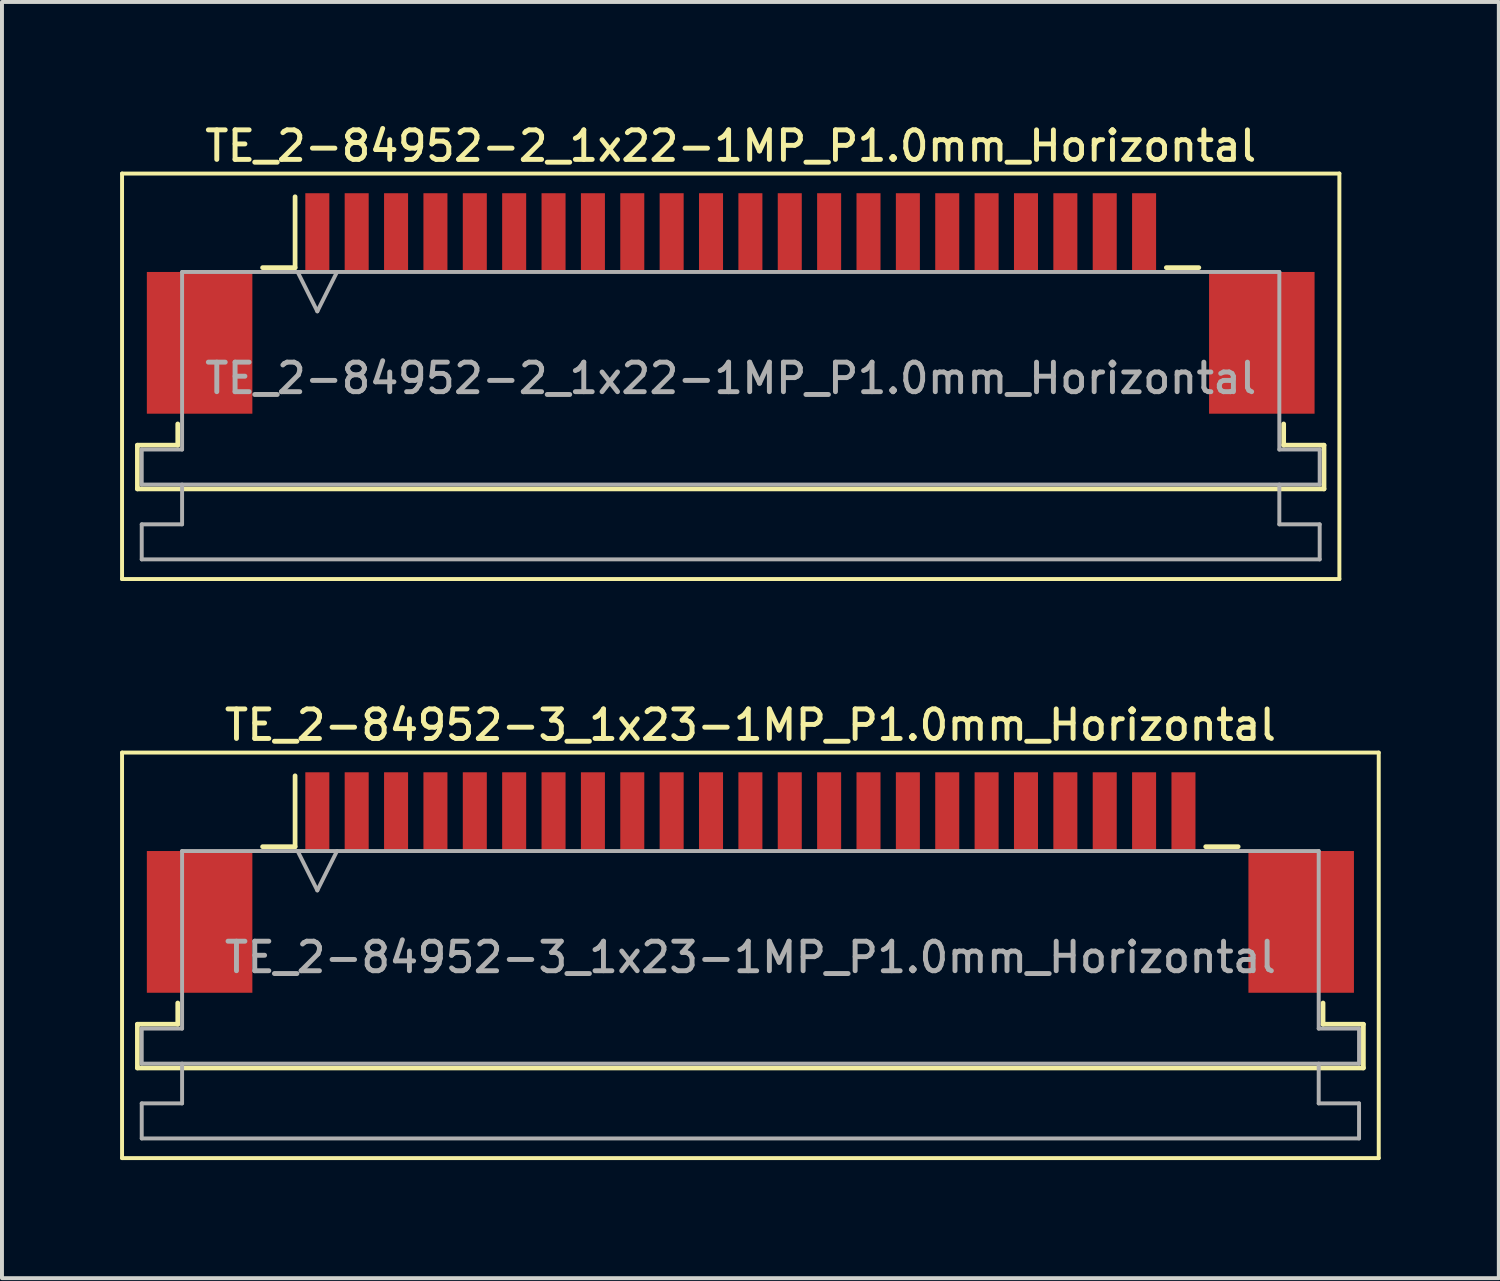
<source format=kicad_pcb>
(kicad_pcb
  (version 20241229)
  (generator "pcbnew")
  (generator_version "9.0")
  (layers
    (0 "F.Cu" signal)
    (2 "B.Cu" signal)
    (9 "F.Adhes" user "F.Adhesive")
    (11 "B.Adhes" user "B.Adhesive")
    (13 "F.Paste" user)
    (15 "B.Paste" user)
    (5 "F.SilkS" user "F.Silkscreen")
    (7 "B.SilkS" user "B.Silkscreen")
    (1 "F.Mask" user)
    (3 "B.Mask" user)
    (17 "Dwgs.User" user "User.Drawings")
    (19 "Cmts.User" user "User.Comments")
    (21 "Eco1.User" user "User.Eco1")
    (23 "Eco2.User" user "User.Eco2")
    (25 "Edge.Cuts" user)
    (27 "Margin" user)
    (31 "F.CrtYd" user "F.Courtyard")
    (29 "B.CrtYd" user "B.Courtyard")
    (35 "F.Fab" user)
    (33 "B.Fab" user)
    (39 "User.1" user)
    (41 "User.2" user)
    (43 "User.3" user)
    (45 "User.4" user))
  (footprint "TE_2-84952-2_1x22-1MP_P1.0mm_Horizontal"
    (layer "F.Cu")
    (at 15.51 4.658)
    (property "Reference" "TE_2-84952-2_1x22-1MP_P1.0mm_Horizontal" (at 0 -4 0) (layer "F.SilkS") (effects (font (size 0.75 0.75) (thickness 0.125))))
    (attr smd)
    (fp_line (start -15.46 -3.3) (end -15.46 7) (stroke (width 0.1) (type solid)) (layer "F.SilkS"))
    (fp_line (start -15.46 7) (end 15.46 7) (stroke (width 0.1) (type solid)) (layer "F.SilkS"))
    (fp_line (start -15.07 3.6) (end -14.045 3.6) (stroke (width 0.12) (type solid)) (layer "F.SilkS"))
    (fp_line (start -15.07 4.71) (end -15.07 3.6) (stroke (width 0.12) (type solid)) (layer "F.SilkS"))
    (fp_line (start -14.045 3.6) (end -14.045 3.06) (stroke (width 0.12) (type solid)) (layer "F.SilkS"))
    (fp_line (start -11.89 -0.91) (end -11.065 -0.91) (stroke (width 0.12) (type solid)) (layer "F.SilkS"))
    (fp_line (start -11.065 -0.91) (end -11.065 -2.71) (stroke (width 0.12) (type solid)) (layer "F.SilkS"))
    (fp_line (start 11.065 -0.91) (end 11.89 -0.91) (stroke (width 0.12) (type solid)) (layer "F.SilkS"))
    (fp_line (start 14.045 3.06) (end 14.045 3.6) (stroke (width 0.12) (type solid)) (layer "F.SilkS"))
    (fp_line (start 14.045 3.6) (end 15.07 3.6) (stroke (width 0.12) (type solid)) (layer "F.SilkS"))
    (fp_line (start 15.07 3.6) (end 15.07 4.71) (stroke (width 0.12) (type solid)) (layer "F.SilkS"))
    (fp_line (start 15.07 4.71) (end -15.07 4.71) (stroke (width 0.12) (type solid)) (layer "F.SilkS"))
    (fp_line (start 15.46 -3.3) (end -15.46 -3.3) (stroke (width 0.1) (type solid)) (layer "F.SilkS"))
    (fp_line (start 15.46 7) (end 15.46 -3.3) (stroke (width 0.1) (type solid)) (layer "F.SilkS"))
    (fp_line (start -14.96 3.71) (end -13.935 3.71) (stroke (width 0.1) (type solid)) (layer "F.Fab"))
    (fp_line (start -14.96 4.6) (end -14.96 3.71) (stroke (width 0.1) (type solid)) (layer "F.Fab"))
    (fp_line (start -14.96 5.61) (end -13.935 5.61) (stroke (width 0.1) (type solid)) (layer "F.Fab"))
    (fp_line (start -14.96 6.5) (end -14.96 5.61) (stroke (width 0.1) (type solid)) (layer "F.Fab"))
    (fp_line (start -13.935 -0.8) (end 13.935 -0.8) (stroke (width 0.1) (type solid)) (layer "F.Fab"))
    (fp_line (start -13.935 3.71) (end -13.935 -0.8) (stroke (width 0.1) (type solid)) (layer "F.Fab"))
    (fp_line (start -13.935 5.61) (end -13.935 4.6) (stroke (width 0.1) (type solid)) (layer "F.Fab"))
    (fp_line (start -11 -0.8) (end -10.5 0.2) (stroke (width 0.1) (type solid)) (layer "F.Fab"))
    (fp_line (start -10.5 0.2) (end -10 -0.8) (stroke (width 0.1) (type solid)) (layer "F.Fab"))
    (fp_line (start 13.935 -0.8) (end 13.935 3.71) (stroke (width 0.1) (type solid)) (layer "F.Fab"))
    (fp_line (start 13.935 3.71) (end 14.96 3.71) (stroke (width 0.1) (type solid)) (layer "F.Fab"))
    (fp_line (start 13.935 4.6) (end 13.935 5.61) (stroke (width 0.1) (type solid)) (layer "F.Fab"))
    (fp_line (start 13.935 5.61) (end 14.96 5.61) (stroke (width 0.1) (type solid)) (layer "F.Fab"))
    (fp_line (start 14.96 3.71) (end 14.96 4.6) (stroke (width 0.1) (type solid)) (layer "F.Fab"))
    (fp_line (start 14.96 4.6) (end -14.96 4.6) (stroke (width 0.1) (type solid)) (layer "F.Fab"))
    (fp_line (start 14.96 5.61) (end 14.96 6.5) (stroke (width 0.1) (type solid)) (layer "F.Fab"))
    (fp_line (start 14.96 6.5) (end -14.96 6.5) (stroke (width 0.1) (type solid)) (layer "F.Fab"))
    (fp_text user "${REFERENCE}" (at 0 1.9 0) (layer "F.Fab") (effects (font (size 0.75 0.75) (thickness 0.125))))
    (pad "1" smd rect (at -10.5 -1.8) (size 0.61 2) (layers "F.Cu" "F.Mask" "F.Paste"))
    (pad "2" smd rect (at -9.5 -1.8) (size 0.61 2) (layers "F.Cu" "F.Mask" "F.Paste"))
    (pad "3" smd rect (at -8.5 -1.8) (size 0.61 2) (layers "F.Cu" "F.Mask" "F.Paste"))
    (pad "4" smd rect (at -7.5 -1.8) (size 0.61 2) (layers "F.Cu" "F.Mask" "F.Paste"))
    (pad "5" smd rect (at -6.5 -1.8) (size 0.61 2) (layers "F.Cu" "F.Mask" "F.Paste"))
    (pad "6" smd rect (at -5.5 -1.8) (size 0.61 2) (layers "F.Cu" "F.Mask" "F.Paste"))
    (pad "7" smd rect (at -4.5 -1.8) (size 0.61 2) (layers "F.Cu" "F.Mask" "F.Paste"))
    (pad "8" smd rect (at -3.5 -1.8) (size 0.61 2) (layers "F.Cu" "F.Mask" "F.Paste"))
    (pad "9" smd rect (at -2.5 -1.8) (size 0.61 2) (layers "F.Cu" "F.Mask" "F.Paste"))
    (pad "10" smd rect (at -1.5 -1.8) (size 0.61 2) (layers "F.Cu" "F.Mask" "F.Paste"))
    (pad "11" smd rect (at -0.5 -1.8) (size 0.61 2) (layers "F.Cu" "F.Mask" "F.Paste"))
    (pad "12" smd rect (at 0.5 -1.8) (size 0.61 2) (layers "F.Cu" "F.Mask" "F.Paste"))
    (pad "13" smd rect (at 1.5 -1.8) (size 0.61 2) (layers "F.Cu" "F.Mask" "F.Paste"))
    (pad "14" smd rect (at 2.5 -1.8) (size 0.61 2) (layers "F.Cu" "F.Mask" "F.Paste"))
    (pad "15" smd rect (at 3.5 -1.8) (size 0.61 2) (layers "F.Cu" "F.Mask" "F.Paste"))
    (pad "16" smd rect (at 4.5 -1.8) (size 0.61 2) (layers "F.Cu" "F.Mask" "F.Paste"))
    (pad "17" smd rect (at 5.5 -1.8) (size 0.61 2) (layers "F.Cu" "F.Mask" "F.Paste"))
    (pad "18" smd rect (at 6.5 -1.8) (size 0.61 2) (layers "F.Cu" "F.Mask" "F.Paste"))
    (pad "19" smd rect (at 7.5 -1.8) (size 0.61 2) (layers "F.Cu" "F.Mask" "F.Paste"))
    (pad "20" smd rect (at 8.5 -1.8) (size 0.61 2) (layers "F.Cu" "F.Mask" "F.Paste"))
    (pad "21" smd rect (at 9.5 -1.8) (size 0.61 2) (layers "F.Cu" "F.Mask" "F.Paste"))
    (pad "22" smd rect (at 10.5 -1.8) (size 0.61 2) (layers "F.Cu" "F.Mask" "F.Paste"))
    (pad "MP" smd rect (at -13.49 1) (size 2.68 3.6) (layers "F.Cu" "F.Mask" "F.Paste"))
    (pad "MP" smd rect (at 13.49 1) (size 2.68 3.6) (layers "F.Cu" "F.Mask" "F.Paste")))
  (footprint "TE_2-84952-3_1x23-1MP_P1.0mm_Horizontal"
    (layer "F.Cu")
    (at 16.01 19.366)
    (property "Reference" "TE_2-84952-3_1x23-1MP_P1.0mm_Horizontal" (at 0 -4 0) (layer "F.SilkS") (effects (font (size 0.75 0.75) (thickness 0.125))))
    (attr smd)
    (fp_line (start -15.96 -3.3) (end -15.96 7) (stroke (width 0.1) (type solid)) (layer "F.SilkS"))
    (fp_line (start -15.96 7) (end 15.96 7) (stroke (width 0.1) (type solid)) (layer "F.SilkS"))
    (fp_line (start -15.57 3.6) (end -14.545 3.6) (stroke (width 0.12) (type solid)) (layer "F.SilkS"))
    (fp_line (start -15.57 4.71) (end -15.57 3.6) (stroke (width 0.12) (type solid)) (layer "F.SilkS"))
    (fp_line (start -14.545 3.6) (end -14.545 3.06) (stroke (width 0.12) (type solid)) (layer "F.SilkS"))
    (fp_line (start -12.39 -0.91) (end -11.565 -0.91) (stroke (width 0.12) (type solid)) (layer "F.SilkS"))
    (fp_line (start -11.565 -0.91) (end -11.565 -2.71) (stroke (width 0.12) (type solid)) (layer "F.SilkS"))
    (fp_line (start 11.565 -0.91) (end 12.39 -0.91) (stroke (width 0.12) (type solid)) (layer "F.SilkS"))
    (fp_line (start 14.545 3.06) (end 14.545 3.6) (stroke (width 0.12) (type solid)) (layer "F.SilkS"))
    (fp_line (start 14.545 3.6) (end 15.57 3.6) (stroke (width 0.12) (type solid)) (layer "F.SilkS"))
    (fp_line (start 15.57 3.6) (end 15.57 4.71) (stroke (width 0.12) (type solid)) (layer "F.SilkS"))
    (fp_line (start 15.57 4.71) (end -15.57 4.71) (stroke (width 0.12) (type solid)) (layer "F.SilkS"))
    (fp_line (start 15.96 -3.3) (end -15.96 -3.3) (stroke (width 0.1) (type solid)) (layer "F.SilkS"))
    (fp_line (start 15.96 7) (end 15.96 -3.3) (stroke (width 0.1) (type solid)) (layer "F.SilkS"))
    (fp_line (start -15.46 3.71) (end -14.435 3.71) (stroke (width 0.1) (type solid)) (layer "F.Fab"))
    (fp_line (start -15.46 4.6) (end -15.46 3.71) (stroke (width 0.1) (type solid)) (layer "F.Fab"))
    (fp_line (start -15.46 5.61) (end -14.435 5.61) (stroke (width 0.1) (type solid)) (layer "F.Fab"))
    (fp_line (start -15.46 6.5) (end -15.46 5.61) (stroke (width 0.1) (type solid)) (layer "F.Fab"))
    (fp_line (start -14.435 -0.8) (end 14.435 -0.8) (stroke (width 0.1) (type solid)) (layer "F.Fab"))
    (fp_line (start -14.435 3.71) (end -14.435 -0.8) (stroke (width 0.1) (type solid)) (layer "F.Fab"))
    (fp_line (start -14.435 5.61) (end -14.435 4.6) (stroke (width 0.1) (type solid)) (layer "F.Fab"))
    (fp_line (start -11.5 -0.8) (end -11 0.2) (stroke (width 0.1) (type solid)) (layer "F.Fab"))
    (fp_line (start -11 0.2) (end -10.5 -0.8) (stroke (width 0.1) (type solid)) (layer "F.Fab"))
    (fp_line (start 14.435 -0.8) (end 14.435 3.71) (stroke (width 0.1) (type solid)) (layer "F.Fab"))
    (fp_line (start 14.435 3.71) (end 15.46 3.71) (stroke (width 0.1) (type solid)) (layer "F.Fab"))
    (fp_line (start 14.435 4.6) (end 14.435 5.61) (stroke (width 0.1) (type solid)) (layer "F.Fab"))
    (fp_line (start 14.435 5.61) (end 15.46 5.61) (stroke (width 0.1) (type solid)) (layer "F.Fab"))
    (fp_line (start 15.46 3.71) (end 15.46 4.6) (stroke (width 0.1) (type solid)) (layer "F.Fab"))
    (fp_line (start 15.46 4.6) (end -15.46 4.6) (stroke (width 0.1) (type solid)) (layer "F.Fab"))
    (fp_line (start 15.46 5.61) (end 15.46 6.5) (stroke (width 0.1) (type solid)) (layer "F.Fab"))
    (fp_line (start 15.46 6.5) (end -15.46 6.5) (stroke (width 0.1) (type solid)) (layer "F.Fab"))
    (fp_text user "${REFERENCE}" (at 0 1.9 0) (layer "F.Fab") (effects (font (size 0.75 0.75) (thickness 0.125))))
    (pad "1" smd rect (at -11 -1.8) (size 0.61 2) (layers "F.Cu" "F.Mask" "F.Paste"))
    (pad "2" smd rect (at -10 -1.8) (size 0.61 2) (layers "F.Cu" "F.Mask" "F.Paste"))
    (pad "3" smd rect (at -9 -1.8) (size 0.61 2) (layers "F.Cu" "F.Mask" "F.Paste"))
    (pad "4" smd rect (at -8 -1.8) (size 0.61 2) (layers "F.Cu" "F.Mask" "F.Paste"))
    (pad "5" smd rect (at -7 -1.8) (size 0.61 2) (layers "F.Cu" "F.Mask" "F.Paste"))
    (pad "6" smd rect (at -6 -1.8) (size 0.61 2) (layers "F.Cu" "F.Mask" "F.Paste"))
    (pad "7" smd rect (at -5 -1.8) (size 0.61 2) (layers "F.Cu" "F.Mask" "F.Paste"))
    (pad "8" smd rect (at -4 -1.8) (size 0.61 2) (layers "F.Cu" "F.Mask" "F.Paste"))
    (pad "9" smd rect (at -3 -1.8) (size 0.61 2) (layers "F.Cu" "F.Mask" "F.Paste"))
    (pad "10" smd rect (at -2 -1.8) (size 0.61 2) (layers "F.Cu" "F.Mask" "F.Paste"))
    (pad "11" smd rect (at -1 -1.8) (size 0.61 2) (layers "F.Cu" "F.Mask" "F.Paste"))
    (pad "12" smd rect (at 0 -1.8) (size 0.61 2) (layers "F.Cu" "F.Mask" "F.Paste"))
    (pad "13" smd rect (at 1 -1.8) (size 0.61 2) (layers "F.Cu" "F.Mask" "F.Paste"))
    (pad "14" smd rect (at 2 -1.8) (size 0.61 2) (layers "F.Cu" "F.Mask" "F.Paste"))
    (pad "15" smd rect (at 3 -1.8) (size 0.61 2) (layers "F.Cu" "F.Mask" "F.Paste"))
    (pad "16" smd rect (at 4 -1.8) (size 0.61 2) (layers "F.Cu" "F.Mask" "F.Paste"))
    (pad "17" smd rect (at 5 -1.8) (size 0.61 2) (layers "F.Cu" "F.Mask" "F.Paste"))
    (pad "18" smd rect (at 6 -1.8) (size 0.61 2) (layers "F.Cu" "F.Mask" "F.Paste"))
    (pad "19" smd rect (at 7 -1.8) (size 0.61 2) (layers "F.Cu" "F.Mask" "F.Paste"))
    (pad "20" smd rect (at 8 -1.8) (size 0.61 2) (layers "F.Cu" "F.Mask" "F.Paste"))
    (pad "21" smd rect (at 9 -1.8) (size 0.61 2) (layers "F.Cu" "F.Mask" "F.Paste"))
    (pad "22" smd rect (at 10 -1.8) (size 0.61 2) (layers "F.Cu" "F.Mask" "F.Paste"))
    (pad "23" smd rect (at 11 -1.8) (size 0.61 2) (layers "F.Cu" "F.Mask" "F.Paste"))
    (pad "MP" smd rect (at -13.99 1) (size 2.68 3.6) (layers "F.Cu" "F.Mask" "F.Paste"))
    (pad "MP" smd rect (at 13.99 1) (size 2.68 3.6) (layers "F.Cu" "F.Mask" "F.Paste")))
  (gr_rect
    (start -3 -3)
    (end 35.02 29.416)
    (stroke (width 0.1) (type default))
    (fill no)
    (layer "Edge.Cuts")))
</source>
